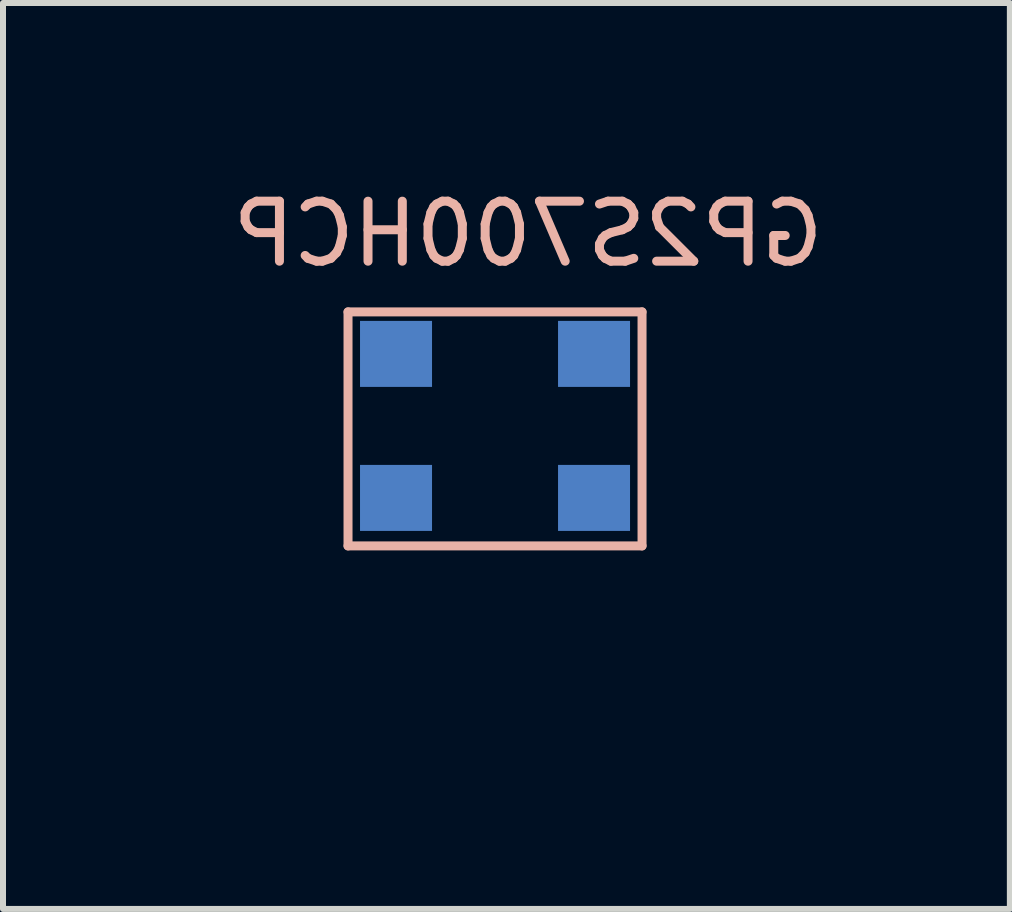
<source format=kicad_pcb>
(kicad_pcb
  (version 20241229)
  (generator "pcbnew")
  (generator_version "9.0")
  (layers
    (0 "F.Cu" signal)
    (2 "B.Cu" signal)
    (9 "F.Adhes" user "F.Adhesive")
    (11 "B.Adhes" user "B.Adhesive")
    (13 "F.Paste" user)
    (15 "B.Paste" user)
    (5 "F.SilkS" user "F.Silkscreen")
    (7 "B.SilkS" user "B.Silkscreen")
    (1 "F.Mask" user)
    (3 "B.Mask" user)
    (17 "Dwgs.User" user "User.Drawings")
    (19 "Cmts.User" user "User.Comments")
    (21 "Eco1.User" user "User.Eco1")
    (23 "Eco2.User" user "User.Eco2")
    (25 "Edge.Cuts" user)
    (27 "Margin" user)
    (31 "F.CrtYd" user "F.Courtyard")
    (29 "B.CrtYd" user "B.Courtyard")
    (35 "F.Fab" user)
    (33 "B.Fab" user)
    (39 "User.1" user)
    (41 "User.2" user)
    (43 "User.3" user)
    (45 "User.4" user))
  (footprint "GP2S700HCP"
    (layer "F.Cu")
    (at 0.25 8.848)
    (property "Reference" "GP2S700HCP" (at 5.5 -8 0) (layer "B.SilkS") (effects (font (size 1 1) (thickness 0.15)) (justify mirror)))
    (attr through_hole)
    (fp_line (start 2.5 -6.7) (end 7.4 -6.7) (stroke (width 0.15) (type solid)) (layer "B.SilkS"))
    (fp_line (start 2.5 -2.8) (end 2.5 -6.7) (stroke (width 0.15) (type solid)) (layer "B.SilkS"))
    (fp_line (start 7.4 -6.7) (end 7.4 -2.8) (stroke (width 0.15) (type solid)) (layer "B.SilkS"))
    (fp_line (start 7.4 -2.8) (end 2.5 -2.8) (stroke (width 0.15) (type solid)) (layer "B.SilkS"))
    (pad "1" smd rect (at 3.3 -6) (size 1.2 1.1) (layers "B.Cu" "B.Mask" "B.Paste"))
    (pad "2" smd rect (at 3.3 -3.6) (size 1.2 1.1) (layers "B.Cu" "B.Mask" "B.Paste"))
    (pad "3" smd rect (at 6.6 -3.6) (size 1.2 1.1) (layers "B.Cu" "B.Mask" "B.Paste"))
    (pad "4" smd rect (at 6.6 -6) (size 1.2 1.1) (layers "B.Cu" "B.Mask" "B.Paste")))
  (gr_rect
    (start -3 -3)
    (end 13.78 12.098)
    (stroke (width 0.1) (type default))
    (fill no)
    (layer "Edge.Cuts")))
</source>
